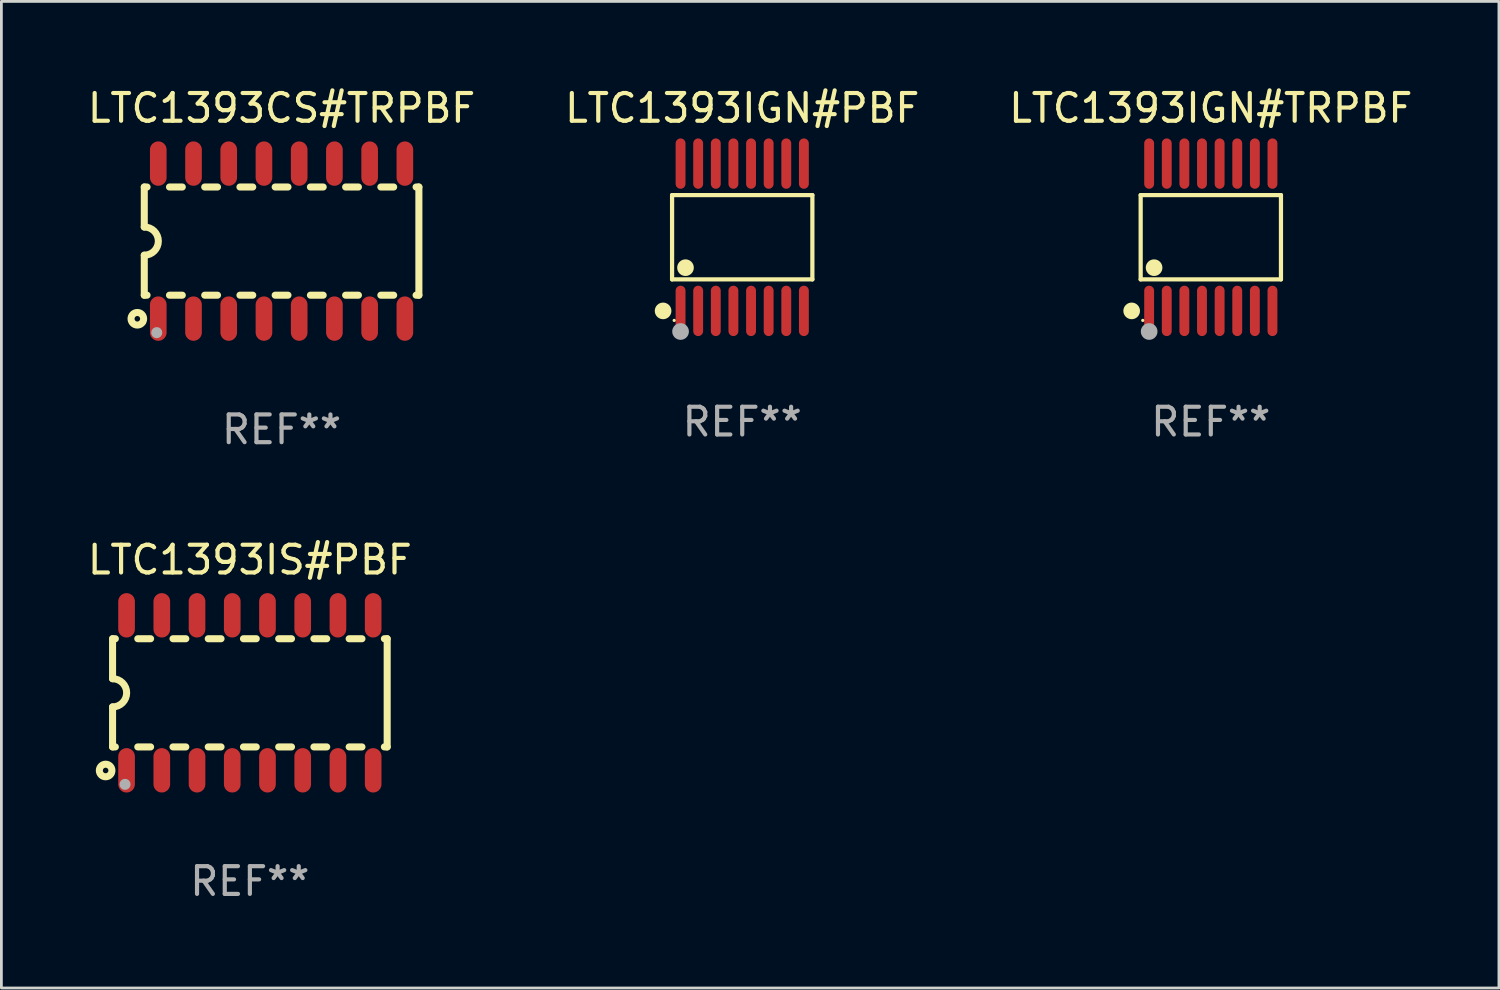
<source format=kicad_pcb>
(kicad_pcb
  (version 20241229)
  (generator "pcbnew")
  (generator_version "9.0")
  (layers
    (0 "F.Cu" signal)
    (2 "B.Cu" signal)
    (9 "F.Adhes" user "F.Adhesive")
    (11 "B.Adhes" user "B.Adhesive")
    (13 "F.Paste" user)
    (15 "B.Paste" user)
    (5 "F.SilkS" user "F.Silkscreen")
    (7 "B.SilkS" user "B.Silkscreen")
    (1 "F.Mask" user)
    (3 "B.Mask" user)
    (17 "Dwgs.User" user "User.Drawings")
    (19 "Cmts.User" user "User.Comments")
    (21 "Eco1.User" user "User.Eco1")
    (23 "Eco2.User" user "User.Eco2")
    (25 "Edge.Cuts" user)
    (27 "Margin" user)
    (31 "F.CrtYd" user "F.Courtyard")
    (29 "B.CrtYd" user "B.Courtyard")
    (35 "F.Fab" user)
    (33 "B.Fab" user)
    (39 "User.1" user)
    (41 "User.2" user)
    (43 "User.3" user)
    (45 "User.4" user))
  (footprint "LTC1393IGN#PBF"
    (layer "F.Cu")
    (at 23.708 5.503)
    (property "Reference" "LTC1393IGN#PBF" (at 0 -4.655 0) (layer "F.SilkS") (effects (font (size 1 1) (thickness 0.15))))
    (attr through_hole)
    (fp_line (start -2.529 -1.519) (end 2.529 -1.519) (stroke (width 0.152) (type solid)) (layer "F.SilkS"))
    (fp_line (start -2.529 1.519) (end -2.529 -1.519) (stroke (width 0.152) (type solid)) (layer "F.SilkS"))
    (fp_line (start 2.529 -1.519) (end 2.529 1.519) (stroke (width 0.152) (type solid)) (layer "F.SilkS"))
    (fp_line (start 2.529 1.519) (end -2.529 1.519) (stroke (width 0.152) (type solid)) (layer "F.SilkS"))
    (fp_circle (center -2.853 2.655) (end -2.703 2.655) (stroke (width 0.3) (type solid)) (fill no) (layer "F.SilkS"))
    (fp_circle (center -2.453 2.998) (end -2.423 2.998) (stroke (width 0.06) (type solid)) (fill no) (layer "F.SilkS"))
    (fp_circle (center -2.045 1.097) (end -1.895 1.097) (stroke (width 0.3) (type solid)) (fill no) (layer "F.SilkS"))
    (fp_circle (center -2.223 3.398) (end -2.072 3.398) (stroke (width 0.3) (type solid)) (fill no) (layer "F.Fab"))
    (fp_text user "REF**" (at 0 6.655 0) (layer "F.Fab") (effects (font (size 1 1) (thickness 0.15))))
    (pad "1" smd oval (at -2.223 2.655) (size 0.356 1.815) (layers "F.Cu" "F.Mask" "F.Paste"))
    (pad "2" smd oval (at -1.588 2.655) (size 0.356 1.815) (layers "F.Cu" "F.Mask" "F.Paste"))
    (pad "3" smd oval (at -0.953 2.655) (size 0.356 1.815) (layers "F.Cu" "F.Mask" "F.Paste"))
    (pad "4" smd oval (at -0.318 2.655) (size 0.356 1.815) (layers "F.Cu" "F.Mask" "F.Paste"))
    (pad "5" smd oval (at 0.318 2.655) (size 0.356 1.815) (layers "F.Cu" "F.Mask" "F.Paste"))
    (pad "6" smd oval (at 0.953 2.655) (size 0.356 1.815) (layers "F.Cu" "F.Mask" "F.Paste"))
    (pad "7" smd oval (at 1.588 2.655) (size 0.356 1.815) (layers "F.Cu" "F.Mask" "F.Paste"))
    (pad "8" smd oval (at 2.223 2.655) (size 0.356 1.815) (layers "F.Cu" "F.Mask" "F.Paste"))
    (pad "9" smd oval (at 2.223 -2.655) (size 0.356 1.815) (layers "F.Cu" "F.Mask" "F.Paste"))
    (pad "10" smd oval (at 1.588 -2.655) (size 0.356 1.815) (layers "F.Cu" "F.Mask" "F.Paste"))
    (pad "11" smd oval (at 0.953 -2.655) (size 0.356 1.815) (layers "F.Cu" "F.Mask" "F.Paste"))
    (pad "12" smd oval (at 0.318 -2.655) (size 0.356 1.815) (layers "F.Cu" "F.Mask" "F.Paste"))
    (pad "13" smd oval (at -0.318 -2.655) (size 0.356 1.815) (layers "F.Cu" "F.Mask" "F.Paste"))
    (pad "14" smd oval (at -0.953 -2.655) (size 0.356 1.815) (layers "F.Cu" "F.Mask" "F.Paste"))
    (pad "15" smd oval (at -1.588 -2.655) (size 0.356 1.815) (layers "F.Cu" "F.Mask" "F.Paste"))
    (pad "16" smd oval (at -2.223 -2.655) (size 0.356 1.815) (layers "F.Cu" "F.Mask" "F.Paste")))
  (footprint "LTC1393IS#PBF"
    (layer "F.Cu")
    (at 5.958 21.927)
    (property "Reference" "LTC1393IS#PBF" (at 0 -4.794 0) (layer "F.SilkS") (effects (font (size 1 1) (thickness 0.15))))
    (attr through_hole)
    (fp_line (start -4.95 -1.95) (end -4.95 -0.508) (stroke (width 0.254) (type solid)) (layer "F.SilkS"))
    (fp_line (start -4.95 -1.95) (end -4.849 -1.95) (stroke (width 0.254) (type solid)) (layer "F.SilkS"))
    (fp_line (start -4.95 1.95) (end -4.95 0.508) (stroke (width 0.254) (type solid)) (layer "F.SilkS"))
    (fp_line (start -4.95 1.95) (end -4.849 1.95) (stroke (width 0.254) (type solid)) (layer "F.SilkS"))
    (fp_line (start -4.041 -1.95) (end -3.579 -1.95) (stroke (width 0.254) (type solid)) (layer "F.SilkS"))
    (fp_line (start -4.041 1.95) (end -3.579 1.95) (stroke (width 0.254) (type solid)) (layer "F.SilkS"))
    (fp_line (start -2.771 -1.95) (end -2.309 -1.95) (stroke (width 0.254) (type solid)) (layer "F.SilkS"))
    (fp_line (start -2.771 1.95) (end -2.309 1.95) (stroke (width 0.254) (type solid)) (layer "F.SilkS"))
    (fp_line (start -1.501 -1.95) (end -1.039 -1.95) (stroke (width 0.254) (type solid)) (layer "F.SilkS"))
    (fp_line (start -1.501 1.95) (end -1.039 1.95) (stroke (width 0.254) (type solid)) (layer "F.SilkS"))
    (fp_line (start -0.231 -1.95) (end 0.231 -1.95) (stroke (width 0.254) (type solid)) (layer "F.SilkS"))
    (fp_line (start -0.231 1.95) (end 0.231 1.95) (stroke (width 0.254) (type solid)) (layer "F.SilkS"))
    (fp_line (start 1.039 -1.95) (end 1.501 -1.95) (stroke (width 0.254) (type solid)) (layer "F.SilkS"))
    (fp_line (start 1.039 1.95) (end 1.501 1.95) (stroke (width 0.254) (type solid)) (layer "F.SilkS"))
    (fp_line (start 2.309 -1.95) (end 2.771 -1.95) (stroke (width 0.254) (type solid)) (layer "F.SilkS"))
    (fp_line (start 2.309 1.95) (end 2.771 1.95) (stroke (width 0.254) (type solid)) (layer "F.SilkS"))
    (fp_line (start 3.579 -1.95) (end 4.041 -1.95) (stroke (width 0.254) (type solid)) (layer "F.SilkS"))
    (fp_line (start 3.579 1.95) (end 4.041 1.95) (stroke (width 0.254) (type solid)) (layer "F.SilkS"))
    (fp_line (start 4.849 -1.95) (end 4.95 -1.95) (stroke (width 0.254) (type solid)) (layer "F.SilkS"))
    (fp_line (start 4.849 1.95) (end 4.95 1.95) (stroke (width 0.254) (type solid)) (layer "F.SilkS"))
    (fp_line (start 4.95 -1.95) (end 4.95 1.95) (stroke (width 0.254) (type solid)) (layer "F.SilkS"))
    (fp_arc (start -4.95047 -0.508001) (mid -4.442469 -0.000228) (end -4.950013 0.508001) (stroke (width 0.254001) (type solid)) (layer "F.SilkS"))
    (fp_circle (center -5.2 2.8) (end -5.1 2.8) (stroke (width 0.254) (type solid)) (fill no) (layer "F.SilkS"))
    (fp_circle (center -4.95 2.947) (end -4.92 2.947) (stroke (width 0.06) (type solid)) (fill no) (layer "F.SilkS"))
    (fp_circle (center -4.5 3.3) (end -4.4 3.3) (stroke (width 0.2) (type solid)) (fill no) (layer "F.Fab"))
    (fp_text user "REF**" (at 0 6.794 0) (layer "F.Fab") (effects (font (size 1 1) (thickness 0.15))))
    (pad "1" smd oval (at -4.445 2.794) (size 0.6 1.6) (layers "F.Cu" "F.Mask" "F.Paste"))
    (pad "2" smd oval (at -3.175 2.794) (size 0.6 1.6) (layers "F.Cu" "F.Mask" "F.Paste"))
    (pad "3" smd oval (at -1.905 2.794) (size 0.6 1.6) (layers "F.Cu" "F.Mask" "F.Paste"))
    (pad "4" smd oval (at -0.635 2.794) (size 0.6 1.6) (layers "F.Cu" "F.Mask" "F.Paste"))
    (pad "5" smd oval (at 0.635 2.794) (size 0.6 1.6) (layers "F.Cu" "F.Mask" "F.Paste"))
    (pad "6" smd oval (at 1.905 2.794) (size 0.6 1.6) (layers "F.Cu" "F.Mask" "F.Paste"))
    (pad "7" smd oval (at 3.175 2.794) (size 0.6 1.6) (layers "F.Cu" "F.Mask" "F.Paste"))
    (pad "8" smd oval (at 4.445 2.794) (size 0.6 1.6) (layers "F.Cu" "F.Mask" "F.Paste"))
    (pad "9" smd oval (at 4.445 -2.794) (size 0.6 1.6) (layers "F.Cu" "F.Mask" "F.Paste"))
    (pad "10" smd oval (at 3.175 -2.794) (size 0.6 1.6) (layers "F.Cu" "F.Mask" "F.Paste"))
    (pad "11" smd oval (at 1.905 -2.794) (size 0.6 1.6) (layers "F.Cu" "F.Mask" "F.Paste"))
    (pad "12" smd oval (at 0.635 -2.794) (size 0.6 1.6) (layers "F.Cu" "F.Mask" "F.Paste"))
    (pad "13" smd oval (at -0.635 -2.794) (size 0.6 1.6) (layers "F.Cu" "F.Mask" "F.Paste"))
    (pad "14" smd oval (at -1.905 -2.794) (size 0.6 1.6) (layers "F.Cu" "F.Mask" "F.Paste"))
    (pad "15" smd oval (at -3.175 -2.794) (size 0.6 1.6) (layers "F.Cu" "F.Mask" "F.Paste"))
    (pad "16" smd oval (at -4.445 -2.794) (size 0.6 1.6) (layers "F.Cu" "F.Mask" "F.Paste")))
  (footprint "LTC1393IGN#TRPBF"
    (layer "F.Cu")
    (at 40.601 5.503)
    (property "Reference" "LTC1393IGN#TRPBF" (at 0 -4.655 0) (layer "F.SilkS") (effects (font (size 1 1) (thickness 0.15))))
    (attr through_hole)
    (fp_line (start -2.529 -1.519) (end 2.529 -1.519) (stroke (width 0.152) (type solid)) (layer "F.SilkS"))
    (fp_line (start -2.529 1.519) (end -2.529 -1.519) (stroke (width 0.152) (type solid)) (layer "F.SilkS"))
    (fp_line (start 2.529 -1.519) (end 2.529 1.519) (stroke (width 0.152) (type solid)) (layer "F.SilkS"))
    (fp_line (start 2.529 1.519) (end -2.529 1.519) (stroke (width 0.152) (type solid)) (layer "F.SilkS"))
    (fp_circle (center -2.853 2.655) (end -2.703 2.655) (stroke (width 0.3) (type solid)) (fill no) (layer "F.SilkS"))
    (fp_circle (center -2.453 2.998) (end -2.423 2.998) (stroke (width 0.06) (type solid)) (fill no) (layer "F.SilkS"))
    (fp_circle (center -2.045 1.097) (end -1.895 1.097) (stroke (width 0.3) (type solid)) (fill no) (layer "F.SilkS"))
    (fp_circle (center -2.223 3.398) (end -2.072 3.398) (stroke (width 0.3) (type solid)) (fill no) (layer "F.Fab"))
    (fp_text user "REF**" (at 0 6.655 0) (layer "F.Fab") (effects (font (size 1 1) (thickness 0.15))))
    (pad "1" smd oval (at -2.223 2.655) (size 0.356 1.815) (layers "F.Cu" "F.Mask" "F.Paste"))
    (pad "2" smd oval (at -1.588 2.655) (size 0.356 1.815) (layers "F.Cu" "F.Mask" "F.Paste"))
    (pad "3" smd oval (at -0.953 2.655) (size 0.356 1.815) (layers "F.Cu" "F.Mask" "F.Paste"))
    (pad "4" smd oval (at -0.318 2.655) (size 0.356 1.815) (layers "F.Cu" "F.Mask" "F.Paste"))
    (pad "5" smd oval (at 0.318 2.655) (size 0.356 1.815) (layers "F.Cu" "F.Mask" "F.Paste"))
    (pad "6" smd oval (at 0.953 2.655) (size 0.356 1.815) (layers "F.Cu" "F.Mask" "F.Paste"))
    (pad "7" smd oval (at 1.588 2.655) (size 0.356 1.815) (layers "F.Cu" "F.Mask" "F.Paste"))
    (pad "8" smd oval (at 2.223 2.655) (size 0.356 1.815) (layers "F.Cu" "F.Mask" "F.Paste"))
    (pad "9" smd oval (at 2.223 -2.655) (size 0.356 1.815) (layers "F.Cu" "F.Mask" "F.Paste"))
    (pad "10" smd oval (at 1.588 -2.655) (size 0.356 1.815) (layers "F.Cu" "F.Mask" "F.Paste"))
    (pad "11" smd oval (at 0.953 -2.655) (size 0.356 1.815) (layers "F.Cu" "F.Mask" "F.Paste"))
    (pad "12" smd oval (at 0.318 -2.655) (size 0.356 1.815) (layers "F.Cu" "F.Mask" "F.Paste"))
    (pad "13" smd oval (at -0.318 -2.655) (size 0.356 1.815) (layers "F.Cu" "F.Mask" "F.Paste"))
    (pad "14" smd oval (at -0.953 -2.655) (size 0.356 1.815) (layers "F.Cu" "F.Mask" "F.Paste"))
    (pad "15" smd oval (at -1.588 -2.655) (size 0.356 1.815) (layers "F.Cu" "F.Mask" "F.Paste"))
    (pad "16" smd oval (at -2.223 -2.655) (size 0.356 1.815) (layers "F.Cu" "F.Mask" "F.Paste")))
  (footprint "LTC1393CS#TRPBF"
    (layer "F.Cu")
    (at 7.101 5.642)
    (property "Reference" "LTC1393CS#TRPBF" (at 0 -4.794 0) (layer "F.SilkS") (effects (font (size 1 1) (thickness 0.15))))
    (attr through_hole)
    (fp_line (start -4.95 -1.95) (end -4.95 -0.508) (stroke (width 0.254) (type solid)) (layer "F.SilkS"))
    (fp_line (start -4.95 -1.95) (end -4.849 -1.95) (stroke (width 0.254) (type solid)) (layer "F.SilkS"))
    (fp_line (start -4.95 1.95) (end -4.95 0.508) (stroke (width 0.254) (type solid)) (layer "F.SilkS"))
    (fp_line (start -4.95 1.95) (end -4.849 1.95) (stroke (width 0.254) (type solid)) (layer "F.SilkS"))
    (fp_line (start -4.041 -1.95) (end -3.579 -1.95) (stroke (width 0.254) (type solid)) (layer "F.SilkS"))
    (fp_line (start -4.041 1.95) (end -3.579 1.95) (stroke (width 0.254) (type solid)) (layer "F.SilkS"))
    (fp_line (start -2.771 -1.95) (end -2.309 -1.95) (stroke (width 0.254) (type solid)) (layer "F.SilkS"))
    (fp_line (start -2.771 1.95) (end -2.309 1.95) (stroke (width 0.254) (type solid)) (layer "F.SilkS"))
    (fp_line (start -1.501 -1.95) (end -1.039 -1.95) (stroke (width 0.254) (type solid)) (layer "F.SilkS"))
    (fp_line (start -1.501 1.95) (end -1.039 1.95) (stroke (width 0.254) (type solid)) (layer "F.SilkS"))
    (fp_line (start -0.231 -1.95) (end 0.231 -1.95) (stroke (width 0.254) (type solid)) (layer "F.SilkS"))
    (fp_line (start -0.231 1.95) (end 0.231 1.95) (stroke (width 0.254) (type solid)) (layer "F.SilkS"))
    (fp_line (start 1.039 -1.95) (end 1.501 -1.95) (stroke (width 0.254) (type solid)) (layer "F.SilkS"))
    (fp_line (start 1.039 1.95) (end 1.501 1.95) (stroke (width 0.254) (type solid)) (layer "F.SilkS"))
    (fp_line (start 2.309 -1.95) (end 2.771 -1.95) (stroke (width 0.254) (type solid)) (layer "F.SilkS"))
    (fp_line (start 2.309 1.95) (end 2.771 1.95) (stroke (width 0.254) (type solid)) (layer "F.SilkS"))
    (fp_line (start 3.579 -1.95) (end 4.041 -1.95) (stroke (width 0.254) (type solid)) (layer "F.SilkS"))
    (fp_line (start 3.579 1.95) (end 4.041 1.95) (stroke (width 0.254) (type solid)) (layer "F.SilkS"))
    (fp_line (start 4.849 -1.95) (end 4.95 -1.95) (stroke (width 0.254) (type solid)) (layer "F.SilkS"))
    (fp_line (start 4.849 1.95) (end 4.95 1.95) (stroke (width 0.254) (type solid)) (layer "F.SilkS"))
    (fp_line (start 4.95 -1.95) (end 4.95 1.95) (stroke (width 0.254) (type solid)) (layer "F.SilkS"))
    (fp_arc (start -4.95047 -0.508001) (mid -4.442469 -0.000228) (end -4.950013 0.508001) (stroke (width 0.254001) (type solid)) (layer "F.SilkS"))
    (fp_circle (center -5.2 2.8) (end -5.1 2.8) (stroke (width 0.254) (type solid)) (fill no) (layer "F.SilkS"))
    (fp_circle (center -4.95 2.947) (end -4.92 2.947) (stroke (width 0.06) (type solid)) (fill no) (layer "F.SilkS"))
    (fp_circle (center -4.5 3.3) (end -4.4 3.3) (stroke (width 0.2) (type solid)) (fill no) (layer "F.Fab"))
    (fp_text user "REF**" (at 0 6.794 0) (layer "F.Fab") (effects (font (size 1 1) (thickness 0.15))))
    (pad "1" smd oval (at -4.445 2.794) (size 0.6 1.6) (layers "F.Cu" "F.Mask" "F.Paste"))
    (pad "2" smd oval (at -3.175 2.794) (size 0.6 1.6) (layers "F.Cu" "F.Mask" "F.Paste"))
    (pad "3" smd oval (at -1.905 2.794) (size 0.6 1.6) (layers "F.Cu" "F.Mask" "F.Paste"))
    (pad "4" smd oval (at -0.635 2.794) (size 0.6 1.6) (layers "F.Cu" "F.Mask" "F.Paste"))
    (pad "5" smd oval (at 0.635 2.794) (size 0.6 1.6) (layers "F.Cu" "F.Mask" "F.Paste"))
    (pad "6" smd oval (at 1.905 2.794) (size 0.6 1.6) (layers "F.Cu" "F.Mask" "F.Paste"))
    (pad "7" smd oval (at 3.175 2.794) (size 0.6 1.6) (layers "F.Cu" "F.Mask" "F.Paste"))
    (pad "8" smd oval (at 4.445 2.794) (size 0.6 1.6) (layers "F.Cu" "F.Mask" "F.Paste"))
    (pad "9" smd oval (at 4.445 -2.794) (size 0.6 1.6) (layers "F.Cu" "F.Mask" "F.Paste"))
    (pad "10" smd oval (at 3.175 -2.794) (size 0.6 1.6) (layers "F.Cu" "F.Mask" "F.Paste"))
    (pad "11" smd oval (at 1.905 -2.794) (size 0.6 1.6) (layers "F.Cu" "F.Mask" "F.Paste"))
    (pad "12" smd oval (at 0.635 -2.794) (size 0.6 1.6) (layers "F.Cu" "F.Mask" "F.Paste"))
    (pad "13" smd oval (at -0.635 -2.794) (size 0.6 1.6) (layers "F.Cu" "F.Mask" "F.Paste"))
    (pad "14" smd oval (at -1.905 -2.794) (size 0.6 1.6) (layers "F.Cu" "F.Mask" "F.Paste"))
    (pad "15" smd oval (at -3.175 -2.794) (size 0.6 1.6) (layers "F.Cu" "F.Mask" "F.Paste"))
    (pad "16" smd oval (at -4.445 -2.794) (size 0.6 1.6) (layers "F.Cu" "F.Mask" "F.Paste")))
  (gr_rect
    (start -3 -3)
    (end 50.988 32.569)
    (stroke (width 0.1) (type default))
    (fill no)
    (layer "Edge.Cuts")))
</source>
